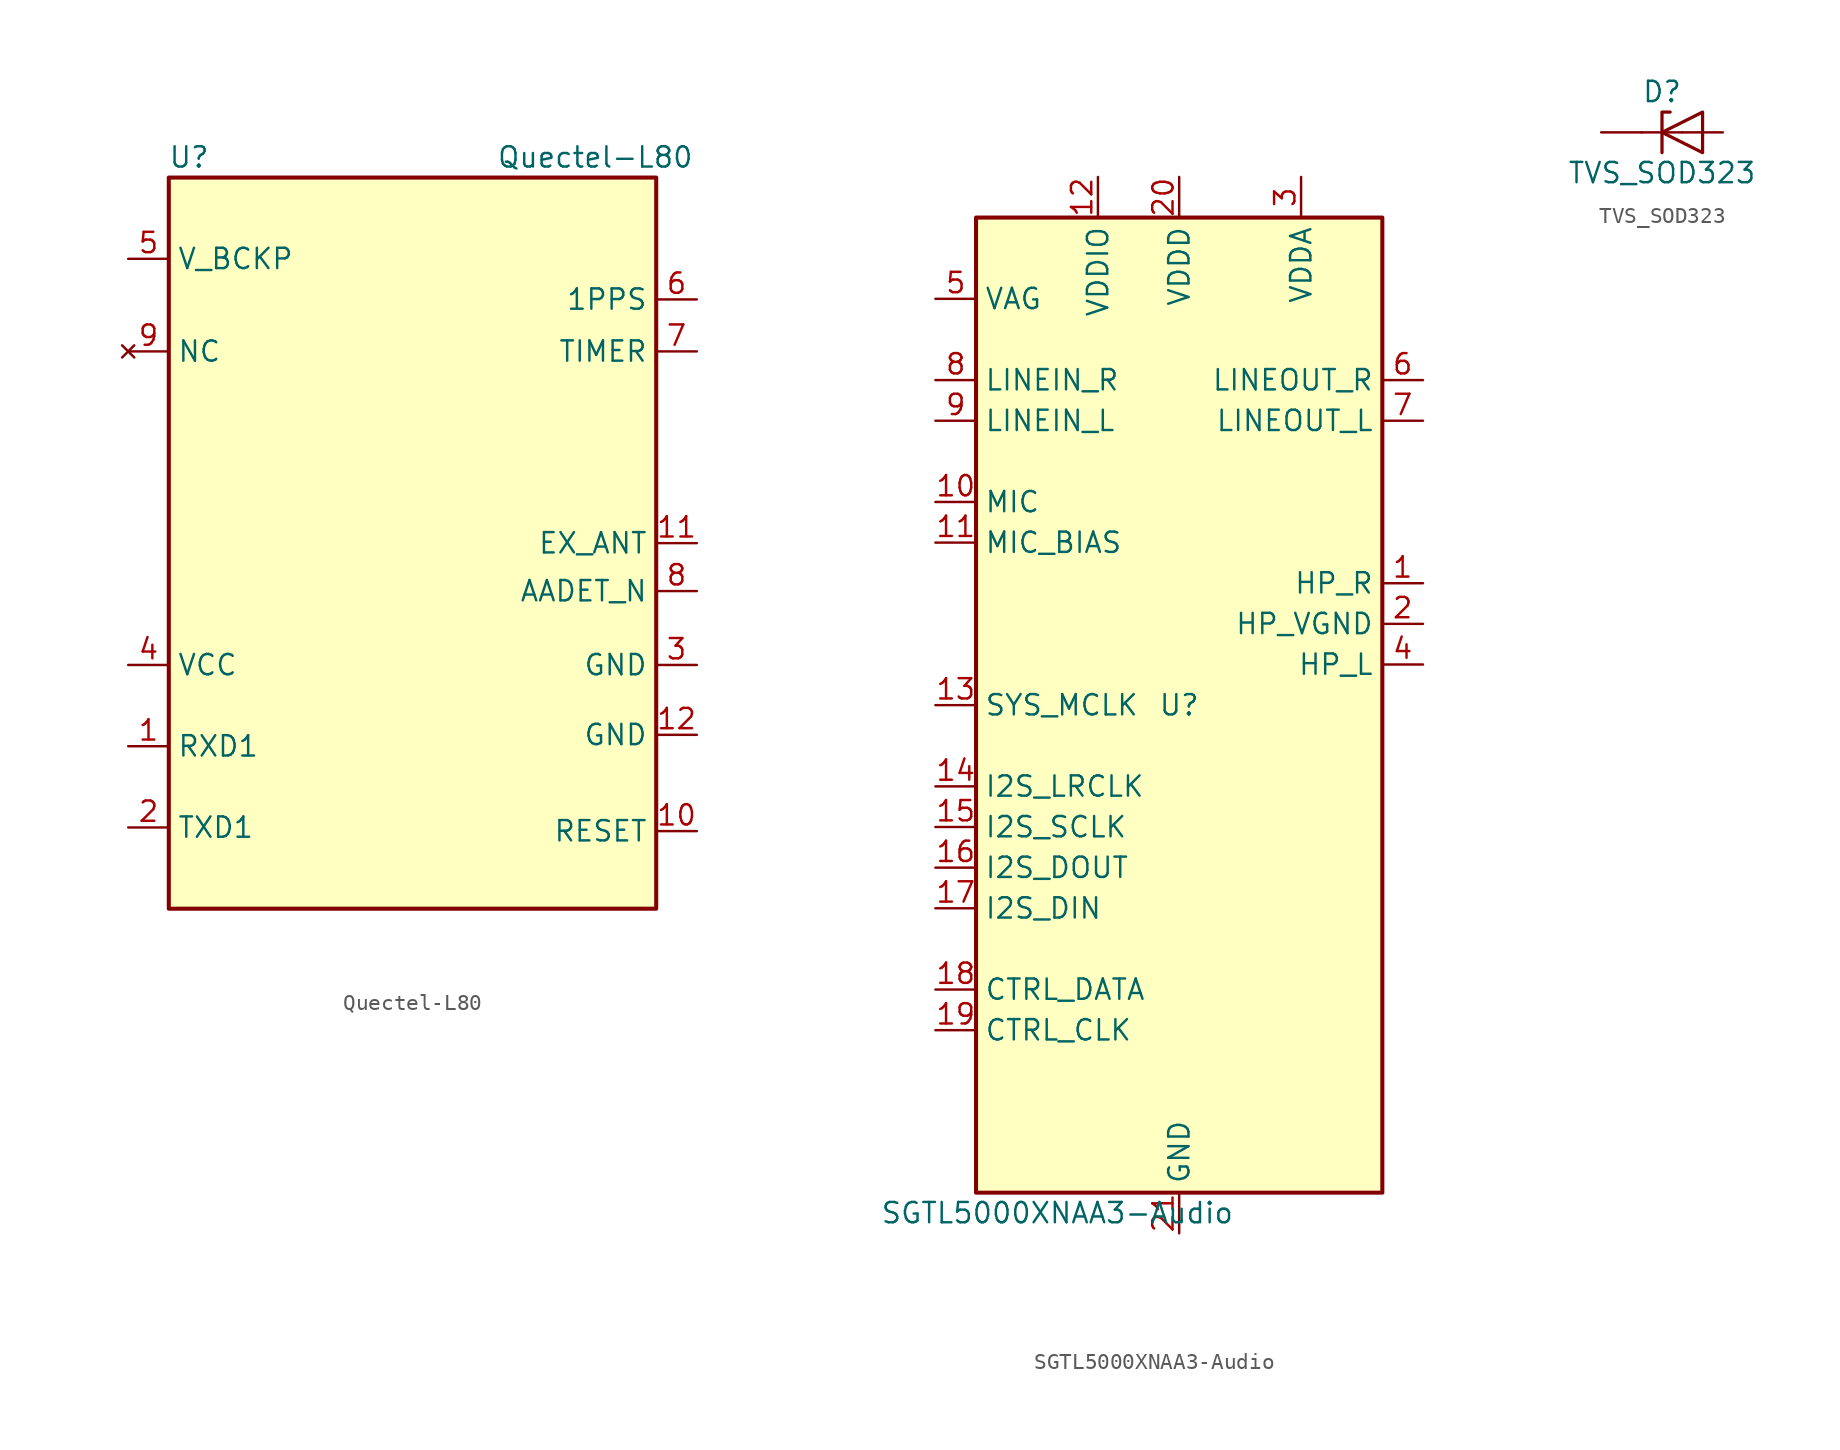
<source format=kicad_sym>
(kicad_symbol_lib
  (version 20220914)
  (generator kicad_symbol_editor)
  (symbol "Quectel-L80"
    (property "Reference" "U"
      (at -13.97 24.13 0)
      (effects (font (size 1.27 1.27))))
    (property "Value" "Quectel-L80"
      (at 11.43 24.13 0)
      (effects (font (size 1.27 1.27))))
    (symbol "Quectel-L80_0_0"
      (pin power_in line (at 17.78 -11.989 180) (length 2.54) (name "GND" (effects (font (size 1.27 1.27)))) (number "12" (effects (font (size 1.27 1.27))))))
    (symbol "Quectel-L80_0_1"
      (rectangle (start -15.24 22.86) (end 15.24 -22.86) (stroke (width 0.254) (type solid)) (fill (type background))))
    (symbol "Quectel-L80_1_1"
      (pin input line (at -17.78 -12.7 0) (length 2.54) (name "RXD1" (effects (font (size 1.27 1.27)))) (number "1" (effects (font (size 1.27 1.27)))))
      (pin input line (at 17.78 -18.009 180) (length 2.54) (name "RESET" (effects (font (size 1.27 1.27)))) (number "10" (effects (font (size 1.27 1.27)))))
      (pin input line (at 17.78 0 180) (length 2.54) (name "EX_ANT" (effects (font (size 1.27 1.27)))) (number "11" (effects (font (size 1.27 1.27)))))
      (pin output line (at -17.78 -17.78 0) (length 2.54) (name "TXD1" (effects (font (size 1.27 1.27)))) (number "2" (effects (font (size 1.27 1.27)))))
      (pin power_in line (at 17.78 -7.62 180) (length 2.54) (name "GND" (effects (font (size 1.27 1.27)))) (number "3" (effects (font (size 1.27 1.27)))))
      (pin power_in line (at -17.78 -7.62 0) (length 2.54) (name "VCC" (effects (font (size 1.27 1.27)))) (number "4" (effects (font (size 1.27 1.27)))))
      (pin power_in line (at -17.78 17.78 0) (length 2.54) (name "V_BCKP" (effects (font (size 1.27 1.27)))) (number "5" (effects (font (size 1.27 1.27)))))
      (pin output line (at 17.78 15.24 180) (length 2.54) (name "1PPS" (effects (font (size 1.27 1.27)))) (number "6" (effects (font (size 1.27 1.27)))))
      (pin input line (at 17.78 11.989 180) (length 2.54) (name "TIMER" (effects (font (size 1.27 1.27)))) (number "7" (effects (font (size 1.27 1.27)))))
      (pin output line (at 17.78 -2.997 180) (length 2.54) (name "AADET_N" (effects (font (size 1.27 1.27)))) (number "8" (effects (font (size 1.27 1.27)))))
      (pin no_connect line (at -17.78 11.989 0) (length 2.54) (name "NC" (effects (font (size 1.27 1.27)))) (number "9" (effects (font (size 1.27 1.27)))))))
  (symbol "SGTL5000XNAA3-Audio"
    (property "Reference" "U"
      (at 0 0 0)
      (effects (font (size 1.27 1.27))))
    (property "Value" "SGTL5000XNAA3-Audio"
      (at -7.62 -31.75 0)
      (effects (font (size 1.27 1.27))))
    (symbol "SGTL5000XNAA3-Audio_0_0"
      (pin power_in line (at 0 -33.02 90) (length 2.54) (name "GND" (effects (font (size 1.27 1.27)))) (number "21" (effects (font (size 1.27 1.27))))))
    (symbol "SGTL5000XNAA3-Audio_0_1"
      (rectangle (start -12.7 30.48) (end 12.7 -30.48) (stroke (width 0.254) (type solid)) (fill (type background))))
    (symbol "SGTL5000XNAA3-Audio_1_1"
      (pin output line (at 15.24 7.62 180) (length 2.54) (name "HP_R" (effects (font (size 1.27 1.27)))) (number "1" (effects (font (size 1.27 1.27)))))
      (pin input line (at -15.24 12.7 0) (length 2.54) (name "MIC" (effects (font (size 1.27 1.27)))) (number "10" (effects (font (size 1.27 1.27)))))
      (pin input line (at -15.24 10.16 0) (length 2.54) (name "MIC_BIAS" (effects (font (size 1.27 1.27)))) (number "11" (effects (font (size 1.27 1.27)))))
      (pin power_in line (at -5.08 33.02 270) (length 2.54) (name "VDDIO" (effects (font (size 1.27 1.27)))) (number "12" (effects (font (size 1.27 1.27)))))
      (pin input line (at -15.24 0 0) (length 2.54) (name "SYS_MCLK" (effects (font (size 1.27 1.27)))) (number "13" (effects (font (size 1.27 1.27)))))
      (pin input line (at -15.24 -5.08 0) (length 2.54) (name "I2S_LRCLK" (effects (font (size 1.27 1.27)))) (number "14" (effects (font (size 1.27 1.27)))))
      (pin input line (at -15.24 -7.62 0) (length 2.54) (name "I2S_SCLK" (effects (font (size 1.27 1.27)))) (number "15" (effects (font (size 1.27 1.27)))))
      (pin output line (at -15.24 -10.16 0) (length 2.54) (name "I2S_DOUT" (effects (font (size 1.27 1.27)))) (number "16" (effects (font (size 1.27 1.27)))))
      (pin input line (at -15.24 -12.7 0) (length 2.54) (name "I2S_DIN" (effects (font (size 1.27 1.27)))) (number "17" (effects (font (size 1.27 1.27)))))
      (pin input line (at -15.24 -17.78 0) (length 2.54) (name "CTRL_DATA" (effects (font (size 1.27 1.27)))) (number "18" (effects (font (size 1.27 1.27)))))
      (pin input line (at -15.24 -20.32 0) (length 2.54) (name "CTRL_CLK" (effects (font (size 1.27 1.27)))) (number "19" (effects (font (size 1.27 1.27)))))
      (pin power_out line (at 15.24 5.08 180) (length 2.54) (name "HP_VGND" (effects (font (size 1.27 1.27)))) (number "2" (effects (font (size 1.27 1.27)))))
      (pin power_in line (at 0 33.02 270) (length 2.54) (name "VDDD" (effects (font (size 1.27 1.27)))) (number "20" (effects (font (size 1.27 1.27)))))
      (pin power_in line (at 7.62 33.02 270) (length 2.54) (name "VDDA" (effects (font (size 1.27 1.27)))) (number "3" (effects (font (size 1.27 1.27)))))
      (pin output line (at 15.24 2.54 180) (length 2.54) (name "HP_L" (effects (font (size 1.27 1.27)))) (number "4" (effects (font (size 1.27 1.27)))))
      (pin passive line (at -15.24 25.4 0) (length 2.54) (name "VAG" (effects (font (size 1.27 1.27)))) (number "5" (effects (font (size 1.27 1.27)))))
      (pin output line (at 15.24 20.32 180) (length 2.54) (name "LINEOUT_R" (effects (font (size 1.27 1.27)))) (number "6" (effects (font (size 1.27 1.27)))))
      (pin output line (at 15.24 17.78 180) (length 2.54) (name "LINEOUT_L" (effects (font (size 1.27 1.27)))) (number "7" (effects (font (size 1.27 1.27)))))
      (pin input line (at -15.24 20.32 0) (length 2.54) (name "LINEIN_R" (effects (font (size 1.27 1.27)))) (number "8" (effects (font (size 1.27 1.27)))))
      (pin input line (at -15.24 17.78 0) (length 2.54) (name "LINEIN_L" (effects (font (size 1.27 1.27)))) (number "9" (effects (font (size 1.27 1.27)))))))
  (symbol "TVS_SOD323"
    (pin_numbers hide)
    (pin_names
      (offset 1.016) hide)
    (property "Reference" "D"
      (at 0 2.54 0)
      (effects (font (size 1.27 1.27))))
    (property "Value" "TVS_SOD323"
      (at 0 -2.54 0)
      (effects (font (size 1.27 1.27))))
    (symbol "TVS_SOD323_0_1"
      (polyline (pts (xy 1.27 0) (xy -1.27 0)) (stroke (width 0) (type solid)) (fill (type none)))
      (polyline (pts (xy 0.508 1.27) (xy 0 1.27) (xy 0 -1.27)) (stroke (width 0.203) (type solid)) (fill (type none)))
      (polyline (pts (xy 2.54 1.27) (xy 2.54 -1.27) (xy 0 0) (xy 2.54 1.27)) (stroke (width 0.203) (type solid)) (fill (type none))))
    (symbol "TVS_SOD323_1_1"
      (pin passive line (at -3.81 0 0) (length 2.54) (name "A1" (effects (font (size 1.27 1.27)))) (number "1" (effects (font (size 1.27 1.27)))))
      (pin passive line (at 3.81 0 180) (length 2.54) (name "A2" (effects (font (size 1.27 1.27)))) (number "2" (effects (font (size 1.27 1.27))))))))
</source>
